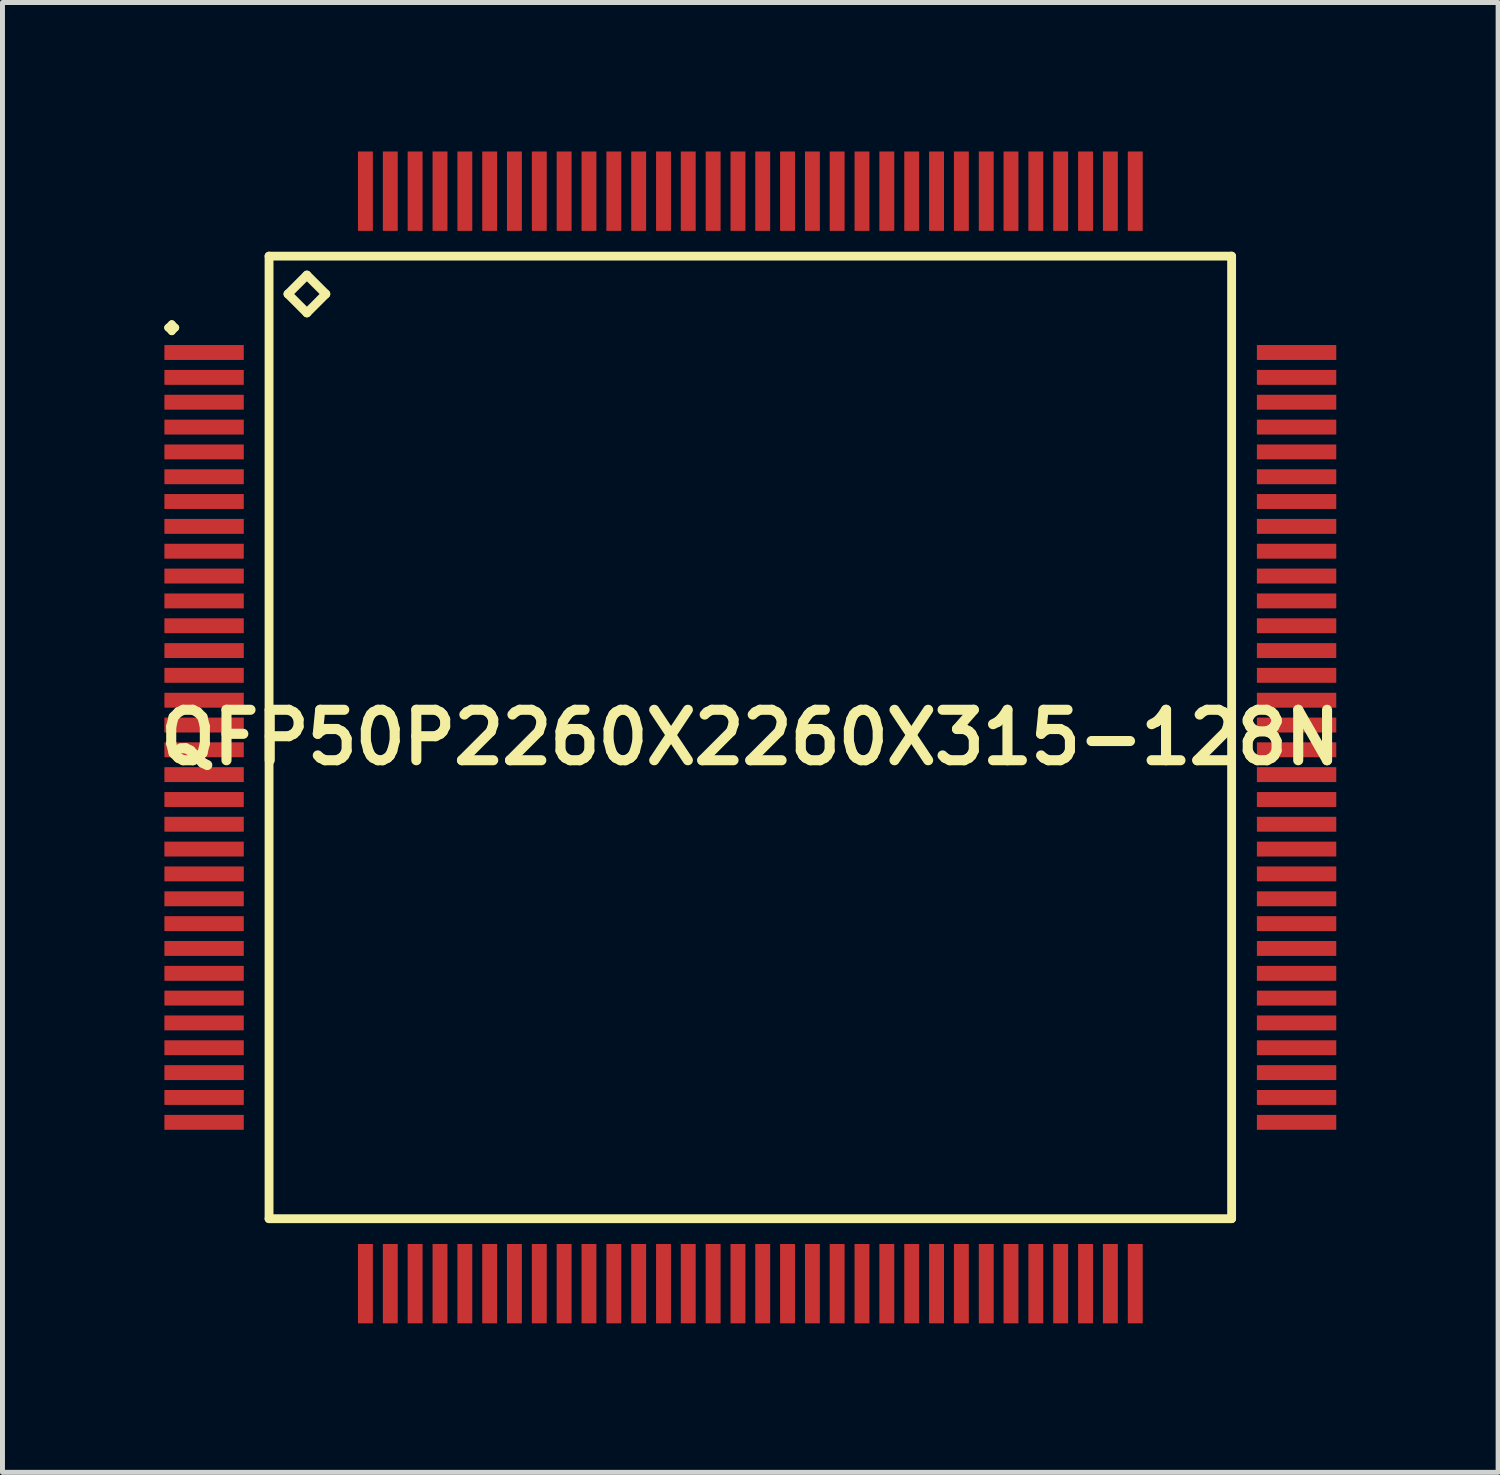
<source format=kicad_pcb>
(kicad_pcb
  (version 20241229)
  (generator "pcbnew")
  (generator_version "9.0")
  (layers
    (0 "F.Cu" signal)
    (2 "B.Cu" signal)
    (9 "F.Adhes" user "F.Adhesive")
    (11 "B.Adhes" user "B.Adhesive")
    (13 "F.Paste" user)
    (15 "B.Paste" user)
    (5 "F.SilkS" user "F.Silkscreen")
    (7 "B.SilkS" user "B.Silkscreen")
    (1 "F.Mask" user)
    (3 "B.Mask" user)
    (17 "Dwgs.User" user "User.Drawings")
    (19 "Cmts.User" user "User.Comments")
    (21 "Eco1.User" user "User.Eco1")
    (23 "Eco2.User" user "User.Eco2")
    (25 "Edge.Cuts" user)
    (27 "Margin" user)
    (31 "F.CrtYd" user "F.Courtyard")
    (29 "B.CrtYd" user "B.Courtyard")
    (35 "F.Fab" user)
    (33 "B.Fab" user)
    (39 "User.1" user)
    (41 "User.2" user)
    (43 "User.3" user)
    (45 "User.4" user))
  (footprint "QFP50P2260X2260X315-128N"
    (layer "F.Cu")
    (at 12.057 11.797)
    (property "Reference" "QFP50P2260X2260X315-128N" (at 0 0 0) (layer "F.SilkS") (effects (font (size 1.016 1.016) (thickness 0.203))))
    (attr smd)
    (fp_line (start -11.725 -8.25) (end -11.648 -8.324) (stroke (width 0.15) (type solid)) (layer "F.SilkS"))
    (fp_line (start -11.648 -8.324) (end -11.575 -8.25) (stroke (width 0.15) (type solid)) (layer "F.SilkS"))
    (fp_line (start -11.648 -8.174) (end -11.725 -8.25) (stroke (width 0.15) (type solid)) (layer "F.SilkS"))
    (fp_line (start -11.575 -8.25) (end -11.648 -8.174) (stroke (width 0.15) (type solid)) (layer "F.SilkS"))
    (fp_line (start -9.69 -9.69) (end -9.69 9.69) (stroke (width 0.178) (type solid)) (layer "F.SilkS"))
    (fp_line (start -9.69 9.69) (end 9.69 9.69) (stroke (width 0.178) (type solid)) (layer "F.SilkS"))
    (fp_line (start -9.309 -8.928) (end -8.928 -9.309) (stroke (width 0.178) (type solid)) (layer "F.SilkS"))
    (fp_line (start -8.928 -9.309) (end -8.547 -8.928) (stroke (width 0.178) (type solid)) (layer "F.SilkS"))
    (fp_line (start -8.928 -8.547) (end -9.309 -8.928) (stroke (width 0.178) (type solid)) (layer "F.SilkS"))
    (fp_line (start -8.547 -8.928) (end -8.928 -8.547) (stroke (width 0.178) (type solid)) (layer "F.SilkS"))
    (fp_line (start 9.69 -9.69) (end -9.69 -9.69) (stroke (width 0.178) (type solid)) (layer "F.SilkS"))
    (fp_line (start 9.69 9.69) (end 9.69 -9.69) (stroke (width 0.178) (type solid)) (layer "F.SilkS"))
    (pad "1" smd rect (at -10.998 -7.75) (size 1.598 0.3) (layers "F.Cu" "F.Mask" "F.Paste"))
    (pad "2" smd rect (at -10.998 -7.249) (size 1.598 0.3) (layers "F.Cu" "F.Mask" "F.Paste"))
    (pad "3" smd rect (at -10.998 -6.749) (size 1.598 0.3) (layers "F.Cu" "F.Mask" "F.Paste"))
    (pad "4" smd rect (at -10.998 -6.248) (size 1.598 0.3) (layers "F.Cu" "F.Mask" "F.Paste"))
    (pad "5" smd rect (at -10.998 -5.748) (size 1.598 0.3) (layers "F.Cu" "F.Mask" "F.Paste"))
    (pad "6" smd rect (at -10.998 -5.248) (size 1.598 0.3) (layers "F.Cu" "F.Mask" "F.Paste"))
    (pad "7" smd rect (at -10.998 -4.75) (size 1.598 0.3) (layers "F.Cu" "F.Mask" "F.Paste"))
    (pad "8" smd rect (at -10.998 -4.249) (size 1.598 0.3) (layers "F.Cu" "F.Mask" "F.Paste"))
    (pad "9" smd rect (at -10.998 -3.749) (size 1.598 0.3) (layers "F.Cu" "F.Mask" "F.Paste"))
    (pad "10" smd rect (at -10.998 -3.249) (size 1.598 0.3) (layers "F.Cu" "F.Mask" "F.Paste"))
    (pad "11" smd rect (at -10.998 -2.748) (size 1.598 0.3) (layers "F.Cu" "F.Mask" "F.Paste"))
    (pad "12" smd rect (at -10.998 -2.248) (size 1.598 0.3) (layers "F.Cu" "F.Mask" "F.Paste"))
    (pad "13" smd rect (at -10.998 -1.748) (size 1.598 0.3) (layers "F.Cu" "F.Mask" "F.Paste"))
    (pad "14" smd rect (at -10.998 -1.25) (size 1.598 0.3) (layers "F.Cu" "F.Mask" "F.Paste"))
    (pad "15" smd rect (at -10.998 -0.749) (size 1.598 0.3) (layers "F.Cu" "F.Mask" "F.Paste"))
    (pad "16" smd rect (at -10.998 -0.249) (size 1.598 0.3) (layers "F.Cu" "F.Mask" "F.Paste"))
    (pad "17" smd rect (at -10.998 0.249) (size 1.598 0.3) (layers "F.Cu" "F.Mask" "F.Paste"))
    (pad "18" smd rect (at -10.998 0.749) (size 1.598 0.3) (layers "F.Cu" "F.Mask" "F.Paste"))
    (pad "19" smd rect (at -10.998 1.25) (size 1.598 0.3) (layers "F.Cu" "F.Mask" "F.Paste"))
    (pad "20" smd rect (at -10.998 1.748) (size 1.598 0.3) (layers "F.Cu" "F.Mask" "F.Paste"))
    (pad "21" smd rect (at -10.998 2.248) (size 1.598 0.3) (layers "F.Cu" "F.Mask" "F.Paste"))
    (pad "22" smd rect (at -10.998 2.748) (size 1.598 0.3) (layers "F.Cu" "F.Mask" "F.Paste"))
    (pad "23" smd rect (at -10.998 3.249) (size 1.598 0.3) (layers "F.Cu" "F.Mask" "F.Paste"))
    (pad "24" smd rect (at -10.998 3.749) (size 1.598 0.3) (layers "F.Cu" "F.Mask" "F.Paste"))
    (pad "25" smd rect (at -10.998 4.249) (size 1.598 0.3) (layers "F.Cu" "F.Mask" "F.Paste"))
    (pad "26" smd rect (at -10.998 4.75) (size 1.598 0.3) (layers "F.Cu" "F.Mask" "F.Paste"))
    (pad "27" smd rect (at -10.998 5.248) (size 1.598 0.3) (layers "F.Cu" "F.Mask" "F.Paste"))
    (pad "28" smd rect (at -10.998 5.748) (size 1.598 0.3) (layers "F.Cu" "F.Mask" "F.Paste"))
    (pad "29" smd rect (at -10.998 6.248) (size 1.598 0.3) (layers "F.Cu" "F.Mask" "F.Paste"))
    (pad "30" smd rect (at -10.998 6.749) (size 1.598 0.3) (layers "F.Cu" "F.Mask" "F.Paste"))
    (pad "31" smd rect (at -10.998 7.249) (size 1.598 0.3) (layers "F.Cu" "F.Mask" "F.Paste"))
    (pad "32" smd rect (at -10.998 7.75) (size 1.598 0.3) (layers "F.Cu" "F.Mask" "F.Paste"))
    (pad "33" smd rect (at -7.75 10.998) (size 0.3 1.598) (layers "F.Cu" "F.Mask" "F.Paste"))
    (pad "34" smd rect (at -7.249 10.998) (size 0.3 1.598) (layers "F.Cu" "F.Mask" "F.Paste"))
    (pad "35" smd rect (at -6.749 10.998) (size 0.3 1.598) (layers "F.Cu" "F.Mask" "F.Paste"))
    (pad "36" smd rect (at -6.248 10.998) (size 0.3 1.598) (layers "F.Cu" "F.Mask" "F.Paste"))
    (pad "37" smd rect (at -5.748 10.998) (size 0.3 1.598) (layers "F.Cu" "F.Mask" "F.Paste"))
    (pad "38" smd rect (at -5.248 10.998) (size 0.3 1.598) (layers "F.Cu" "F.Mask" "F.Paste"))
    (pad "39" smd rect (at -4.75 10.998) (size 0.3 1.598) (layers "F.Cu" "F.Mask" "F.Paste"))
    (pad "40" smd rect (at -4.249 10.998) (size 0.3 1.598) (layers "F.Cu" "F.Mask" "F.Paste"))
    (pad "41" smd rect (at -3.749 10.998) (size 0.3 1.598) (layers "F.Cu" "F.Mask" "F.Paste"))
    (pad "42" smd rect (at -3.249 10.998) (size 0.3 1.598) (layers "F.Cu" "F.Mask" "F.Paste"))
    (pad "43" smd rect (at -2.748 10.998) (size 0.3 1.598) (layers "F.Cu" "F.Mask" "F.Paste"))
    (pad "44" smd rect (at -2.248 10.998) (size 0.3 1.598) (layers "F.Cu" "F.Mask" "F.Paste"))
    (pad "45" smd rect (at -1.748 10.998) (size 0.3 1.598) (layers "F.Cu" "F.Mask" "F.Paste"))
    (pad "46" smd rect (at -1.25 10.998) (size 0.3 1.598) (layers "F.Cu" "F.Mask" "F.Paste"))
    (pad "47" smd rect (at -0.749 10.998) (size 0.3 1.598) (layers "F.Cu" "F.Mask" "F.Paste"))
    (pad "48" smd rect (at -0.249 10.998) (size 0.3 1.598) (layers "F.Cu" "F.Mask" "F.Paste"))
    (pad "49" smd rect (at 0.249 10.998) (size 0.3 1.598) (layers "F.Cu" "F.Mask" "F.Paste"))
    (pad "50" smd rect (at 0.749 10.998) (size 0.3 1.598) (layers "F.Cu" "F.Mask" "F.Paste"))
    (pad "51" smd rect (at 1.25 10.998) (size 0.3 1.598) (layers "F.Cu" "F.Mask" "F.Paste"))
    (pad "52" smd rect (at 1.748 10.998) (size 0.3 1.598) (layers "F.Cu" "F.Mask" "F.Paste"))
    (pad "53" smd rect (at 2.248 10.998) (size 0.3 1.598) (layers "F.Cu" "F.Mask" "F.Paste"))
    (pad "54" smd rect (at 2.748 10.998) (size 0.3 1.598) (layers "F.Cu" "F.Mask" "F.Paste"))
    (pad "55" smd rect (at 3.249 10.998) (size 0.3 1.598) (layers "F.Cu" "F.Mask" "F.Paste"))
    (pad "56" smd rect (at 3.749 10.998) (size 0.3 1.598) (layers "F.Cu" "F.Mask" "F.Paste"))
    (pad "57" smd rect (at 4.249 10.998) (size 0.3 1.598) (layers "F.Cu" "F.Mask" "F.Paste"))
    (pad "58" smd rect (at 4.75 10.998) (size 0.3 1.598) (layers "F.Cu" "F.Mask" "F.Paste"))
    (pad "59" smd rect (at 5.248 10.998) (size 0.3 1.598) (layers "F.Cu" "F.Mask" "F.Paste"))
    (pad "60" smd rect (at 5.748 10.998) (size 0.3 1.598) (layers "F.Cu" "F.Mask" "F.Paste"))
    (pad "61" smd rect (at 6.248 10.998) (size 0.3 1.598) (layers "F.Cu" "F.Mask" "F.Paste"))
    (pad "62" smd rect (at 6.749 10.998) (size 0.3 1.598) (layers "F.Cu" "F.Mask" "F.Paste"))
    (pad "63" smd rect (at 7.249 10.998) (size 0.3 1.598) (layers "F.Cu" "F.Mask" "F.Paste"))
    (pad "64" smd rect (at 7.75 10.998) (size 0.3 1.598) (layers "F.Cu" "F.Mask" "F.Paste"))
    (pad "65" smd rect (at 10.998 7.75) (size 1.598 0.3) (layers "F.Cu" "F.Mask" "F.Paste"))
    (pad "66" smd rect (at 10.998 7.249) (size 1.598 0.3) (layers "F.Cu" "F.Mask" "F.Paste"))
    (pad "67" smd rect (at 10.998 6.749) (size 1.598 0.3) (layers "F.Cu" "F.Mask" "F.Paste"))
    (pad "68" smd rect (at 10.998 6.248) (size 1.598 0.3) (layers "F.Cu" "F.Mask" "F.Paste"))
    (pad "69" smd rect (at 10.998 5.748) (size 1.598 0.3) (layers "F.Cu" "F.Mask" "F.Paste"))
    (pad "70" smd rect (at 10.998 5.248) (size 1.598 0.3) (layers "F.Cu" "F.Mask" "F.Paste"))
    (pad "71" smd rect (at 10.998 4.75) (size 1.598 0.3) (layers "F.Cu" "F.Mask" "F.Paste"))
    (pad "72" smd rect (at 10.998 4.249) (size 1.598 0.3) (layers "F.Cu" "F.Mask" "F.Paste"))
    (pad "73" smd rect (at 10.998 3.749) (size 1.598 0.3) (layers "F.Cu" "F.Mask" "F.Paste"))
    (pad "74" smd rect (at 10.998 3.249) (size 1.598 0.3) (layers "F.Cu" "F.Mask" "F.Paste"))
    (pad "75" smd rect (at 10.998 2.748) (size 1.598 0.3) (layers "F.Cu" "F.Mask" "F.Paste"))
    (pad "76" smd rect (at 10.998 2.248) (size 1.598 0.3) (layers "F.Cu" "F.Mask" "F.Paste"))
    (pad "77" smd rect (at 10.998 1.748) (size 1.598 0.3) (layers "F.Cu" "F.Mask" "F.Paste"))
    (pad "78" smd rect (at 10.998 1.25) (size 1.598 0.3) (layers "F.Cu" "F.Mask" "F.Paste"))
    (pad "79" smd rect (at 10.998 0.749) (size 1.598 0.3) (layers "F.Cu" "F.Mask" "F.Paste"))
    (pad "80" smd rect (at 10.998 0.249) (size 1.598 0.3) (layers "F.Cu" "F.Mask" "F.Paste"))
    (pad "81" smd rect (at 10.998 -0.249) (size 1.598 0.3) (layers "F.Cu" "F.Mask" "F.Paste"))
    (pad "82" smd rect (at 10.998 -0.749) (size 1.598 0.3) (layers "F.Cu" "F.Mask" "F.Paste"))
    (pad "83" smd rect (at 10.998 -1.25) (size 1.598 0.3) (layers "F.Cu" "F.Mask" "F.Paste"))
    (pad "84" smd rect (at 10.998 -1.748) (size 1.598 0.3) (layers "F.Cu" "F.Mask" "F.Paste"))
    (pad "85" smd rect (at 10.998 -2.248) (size 1.598 0.3) (layers "F.Cu" "F.Mask" "F.Paste"))
    (pad "86" smd rect (at 10.998 -2.748) (size 1.598 0.3) (layers "F.Cu" "F.Mask" "F.Paste"))
    (pad "87" smd rect (at 10.998 -3.249) (size 1.598 0.3) (layers "F.Cu" "F.Mask" "F.Paste"))
    (pad "88" smd rect (at 10.998 -3.749) (size 1.598 0.3) (layers "F.Cu" "F.Mask" "F.Paste"))
    (pad "89" smd rect (at 10.998 -4.249) (size 1.598 0.3) (layers "F.Cu" "F.Mask" "F.Paste"))
    (pad "90" smd rect (at 10.998 -4.75) (size 1.598 0.3) (layers "F.Cu" "F.Mask" "F.Paste"))
    (pad "91" smd rect (at 10.998 -5.248) (size 1.598 0.3) (layers "F.Cu" "F.Mask" "F.Paste"))
    (pad "92" smd rect (at 10.998 -5.748) (size 1.598 0.3) (layers "F.Cu" "F.Mask" "F.Paste"))
    (pad "93" smd rect (at 10.998 -6.248) (size 1.598 0.3) (layers "F.Cu" "F.Mask" "F.Paste"))
    (pad "94" smd rect (at 10.998 -6.749) (size 1.598 0.3) (layers "F.Cu" "F.Mask" "F.Paste"))
    (pad "95" smd rect (at 10.998 -7.249) (size 1.598 0.3) (layers "F.Cu" "F.Mask" "F.Paste"))
    (pad "96" smd rect (at 10.998 -7.75) (size 1.598 0.3) (layers "F.Cu" "F.Mask" "F.Paste"))
    (pad "97" smd rect (at 7.75 -10.998) (size 0.3 1.598) (layers "F.Cu" "F.Mask" "F.Paste"))
    (pad "98" smd rect (at 7.249 -10.998) (size 0.3 1.598) (layers "F.Cu" "F.Mask" "F.Paste"))
    (pad "99" smd rect (at 6.749 -10.998) (size 0.3 1.598) (layers "F.Cu" "F.Mask" "F.Paste"))
    (pad "100" smd rect (at 6.248 -10.998) (size 0.3 1.598) (layers "F.Cu" "F.Mask" "F.Paste"))
    (pad "101" smd rect (at 5.748 -10.998) (size 0.3 1.598) (layers "F.Cu" "F.Mask" "F.Paste"))
    (pad "102" smd rect (at 5.248 -10.998) (size 0.3 1.598) (layers "F.Cu" "F.Mask" "F.Paste"))
    (pad "103" smd rect (at 4.75 -10.998) (size 0.3 1.598) (layers "F.Cu" "F.Mask" "F.Paste"))
    (pad "104" smd rect (at 4.249 -10.998) (size 0.3 1.598) (layers "F.Cu" "F.Mask" "F.Paste"))
    (pad "105" smd rect (at 3.749 -10.998) (size 0.3 1.598) (layers "F.Cu" "F.Mask" "F.Paste"))
    (pad "106" smd rect (at 3.249 -10.998) (size 0.3 1.598) (layers "F.Cu" "F.Mask" "F.Paste"))
    (pad "107" smd rect (at 2.748 -10.998) (size 0.3 1.598) (layers "F.Cu" "F.Mask" "F.Paste"))
    (pad "108" smd rect (at 2.248 -10.998) (size 0.3 1.598) (layers "F.Cu" "F.Mask" "F.Paste"))
    (pad "109" smd rect (at 1.748 -10.998) (size 0.3 1.598) (layers "F.Cu" "F.Mask" "F.Paste"))
    (pad "110" smd rect (at 1.25 -10.998) (size 0.3 1.598) (layers "F.Cu" "F.Mask" "F.Paste"))
    (pad "111" smd rect (at 0.749 -10.998) (size 0.3 1.598) (layers "F.Cu" "F.Mask" "F.Paste"))
    (pad "112" smd rect (at 0.249 -10.998) (size 0.3 1.598) (layers "F.Cu" "F.Mask" "F.Paste"))
    (pad "113" smd rect (at -0.249 -10.998) (size 0.3 1.598) (layers "F.Cu" "F.Mask" "F.Paste"))
    (pad "114" smd rect (at -0.749 -10.998) (size 0.3 1.598) (layers "F.Cu" "F.Mask" "F.Paste"))
    (pad "115" smd rect (at -1.25 -10.998) (size 0.3 1.598) (layers "F.Cu" "F.Mask" "F.Paste"))
    (pad "116" smd rect (at -1.748 -10.998) (size 0.3 1.598) (layers "F.Cu" "F.Mask" "F.Paste"))
    (pad "117" smd rect (at -2.248 -10.998) (size 0.3 1.598) (layers "F.Cu" "F.Mask" "F.Paste"))
    (pad "118" smd rect (at -2.748 -10.998) (size 0.3 1.598) (layers "F.Cu" "F.Mask" "F.Paste"))
    (pad "119" smd rect (at -3.249 -10.998) (size 0.3 1.598) (layers "F.Cu" "F.Mask" "F.Paste"))
    (pad "120" smd rect (at -3.749 -10.998) (size 0.3 1.598) (layers "F.Cu" "F.Mask" "F.Paste"))
    (pad "121" smd rect (at -4.249 -10.998) (size 0.3 1.598) (layers "F.Cu" "F.Mask" "F.Paste"))
    (pad "122" smd rect (at -4.75 -10.998) (size 0.3 1.598) (layers "F.Cu" "F.Mask" "F.Paste"))
    (pad "123" smd rect (at -5.248 -10.998) (size 0.3 1.598) (layers "F.Cu" "F.Mask" "F.Paste"))
    (pad "124" smd rect (at -5.748 -10.998) (size 0.3 1.598) (layers "F.Cu" "F.Mask" "F.Paste"))
    (pad "125" smd rect (at -6.248 -10.998) (size 0.3 1.598) (layers "F.Cu" "F.Mask" "F.Paste"))
    (pad "126" smd rect (at -6.749 -10.998) (size 0.3 1.598) (layers "F.Cu" "F.Mask" "F.Paste"))
    (pad "127" smd rect (at -7.249 -10.998) (size 0.3 1.598) (layers "F.Cu" "F.Mask" "F.Paste"))
    (pad "128" smd rect (at -7.75 -10.998) (size 0.3 1.598) (layers "F.Cu" "F.Mask" "F.Paste")))
  (gr_rect
    (start -3 -3)
    (end 27.113 26.594)
    (stroke (width 0.1) (type default))
    (fill no)
    (layer "Edge.Cuts")))
</source>
